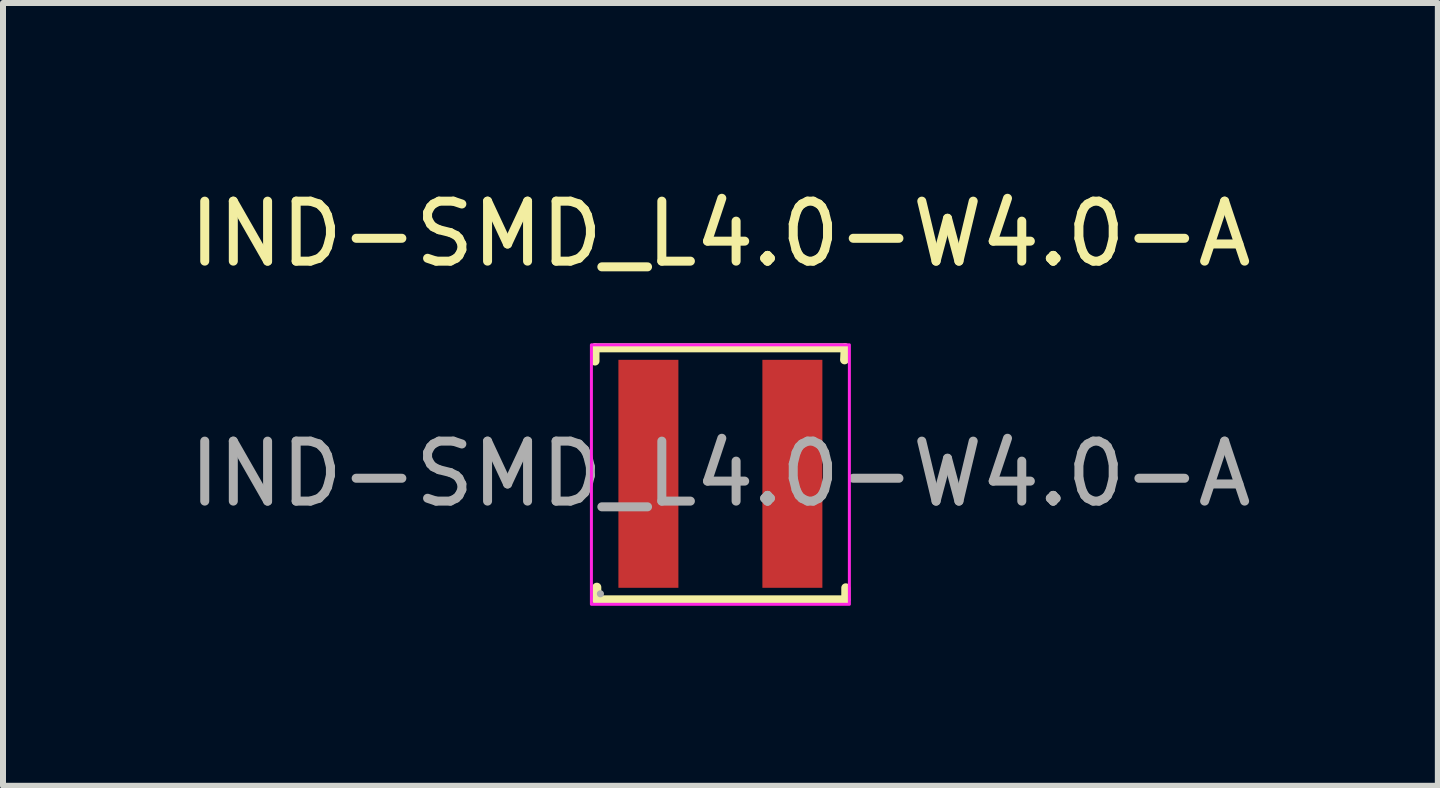
<source format=kicad_pcb>
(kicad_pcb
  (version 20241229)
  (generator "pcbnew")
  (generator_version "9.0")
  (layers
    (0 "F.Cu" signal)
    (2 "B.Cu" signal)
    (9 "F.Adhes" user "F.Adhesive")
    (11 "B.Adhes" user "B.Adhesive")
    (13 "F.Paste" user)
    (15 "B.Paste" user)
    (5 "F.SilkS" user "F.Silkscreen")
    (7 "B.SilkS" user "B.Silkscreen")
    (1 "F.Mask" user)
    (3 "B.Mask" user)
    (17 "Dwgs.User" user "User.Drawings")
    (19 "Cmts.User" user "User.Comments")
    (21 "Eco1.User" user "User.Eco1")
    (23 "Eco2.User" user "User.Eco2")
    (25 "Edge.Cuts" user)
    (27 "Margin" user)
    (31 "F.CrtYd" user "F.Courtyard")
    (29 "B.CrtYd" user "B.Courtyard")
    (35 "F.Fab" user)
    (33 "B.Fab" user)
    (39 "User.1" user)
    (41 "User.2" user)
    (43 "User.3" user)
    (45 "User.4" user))
  (footprint "IND-SMD_L4.0-W4.0-A"
    (layer "F.Cu")
    (at 8.958 4.848)
    (property "Reference" "IND-SMD_L4.0-W4.0-A" (at 0 -4 0) (layer "F.SilkS") (effects (font (size 1 1) (thickness 0.15))))
    (attr smd)
    (fp_line (start -2.09 -2.1) (end -2.09 -1.88) (stroke (width 0.15) (type solid)) (layer "F.SilkS"))
    (fp_line (start -2.06 1.89) (end -2.06 2.1) (stroke (width 0.15) (type solid)) (layer "F.SilkS"))
    (fp_line (start -2.06 2.1) (end 2.09 2.1) (stroke (width 0.15) (type solid)) (layer "F.SilkS"))
    (fp_line (start 2.07 -1.9) (end 2.08 -2.1) (stroke (width 0.15) (type solid)) (layer "F.SilkS"))
    (fp_line (start 2.08 -2.1) (end -2.09 -2.1) (stroke (width 0.15) (type solid)) (layer "F.SilkS"))
    (fp_line (start 2.09 2.1) (end 2.09 1.9) (stroke (width 0.15) (type solid)) (layer "F.SilkS"))
    (fp_rect (start -2.15 -2.15) (end 2.15 2.175) (stroke (width 0.05) (type default)) (fill no) (layer "F.CrtYd"))
    (fp_circle (center -2 2) (end -1.97 2) (stroke (width 0.06) (type solid)) (fill no) (layer "F.Fab"))
    (fp_text user "${REFERENCE}" (at 0 0 0) (layer "F.Fab") (effects (font (size 1 1) (thickness 0.15))))
    (pad "1" smd rect (at -1.2 0) (size 1 3.8) (layers "F.Cu" "F.Mask" "F.Paste"))
    (pad "2" smd rect (at 1.2 0) (size 1 3.8) (layers "F.Cu" "F.Mask" "F.Paste")))
  (gr_rect
    (start -3 -3)
    (end 20.917 10.048)
    (stroke (width 0.1) (type default))
    (fill no)
    (layer "Edge.Cuts")))
</source>
